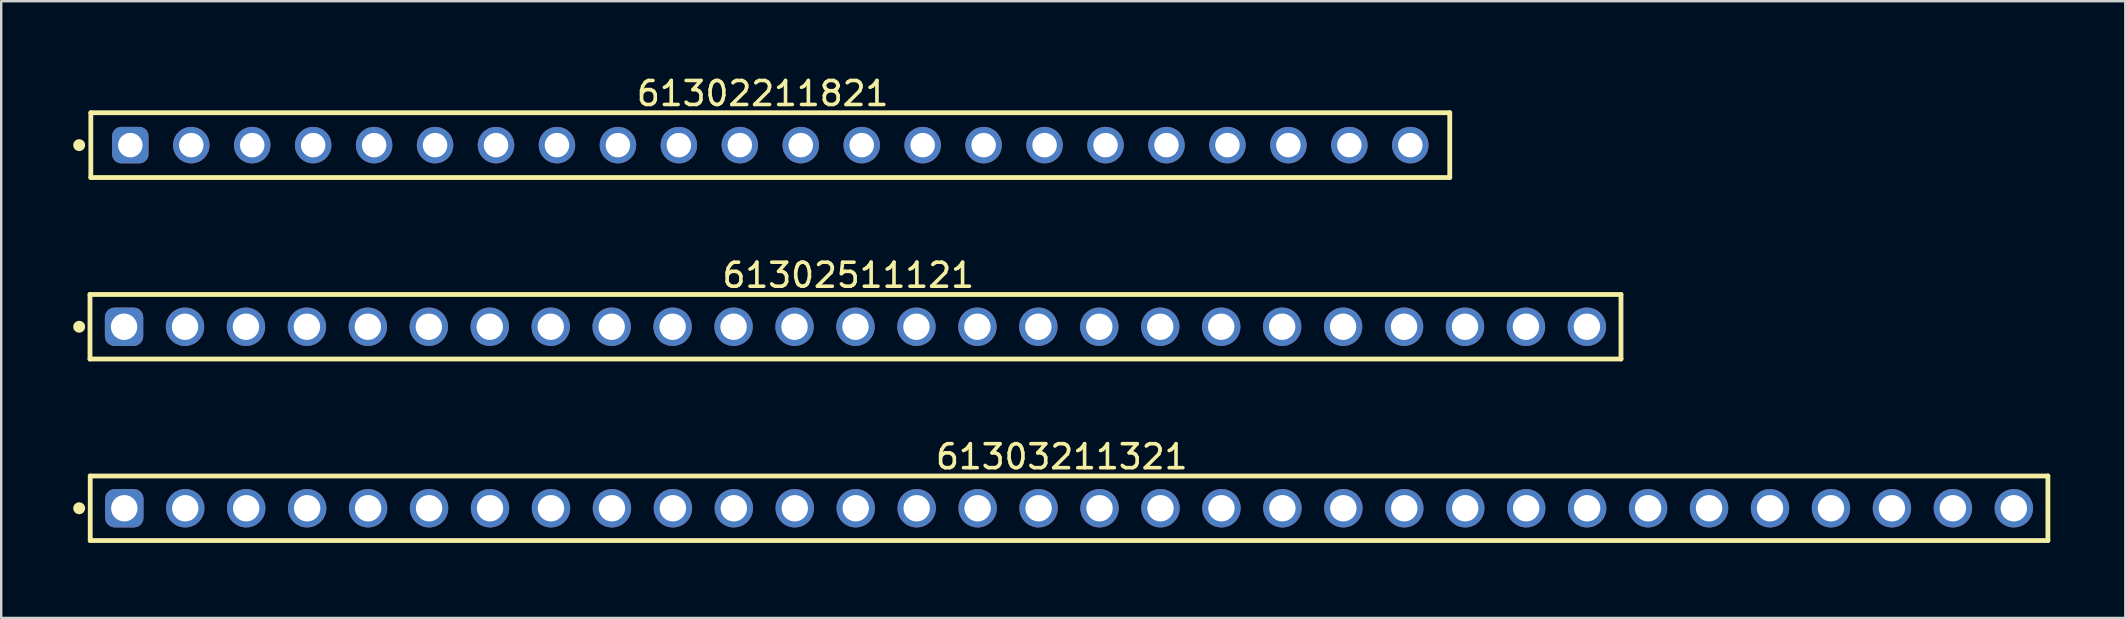
<source format=kicad_pcb>
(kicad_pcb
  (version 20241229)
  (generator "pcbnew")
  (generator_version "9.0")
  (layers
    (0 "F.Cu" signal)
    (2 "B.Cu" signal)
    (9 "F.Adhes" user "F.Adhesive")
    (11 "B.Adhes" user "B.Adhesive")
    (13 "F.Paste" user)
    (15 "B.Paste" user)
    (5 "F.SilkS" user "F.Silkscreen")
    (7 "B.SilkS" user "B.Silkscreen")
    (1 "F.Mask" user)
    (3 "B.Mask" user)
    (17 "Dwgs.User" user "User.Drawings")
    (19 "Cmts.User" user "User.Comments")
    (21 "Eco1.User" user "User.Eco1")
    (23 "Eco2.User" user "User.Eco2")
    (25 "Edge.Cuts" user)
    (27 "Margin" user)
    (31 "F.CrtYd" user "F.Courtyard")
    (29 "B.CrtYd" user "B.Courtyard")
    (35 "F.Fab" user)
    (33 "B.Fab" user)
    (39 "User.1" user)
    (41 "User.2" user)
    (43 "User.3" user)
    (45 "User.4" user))
  (footprint "61302211821"
    (layer "F.Cu")
    (at 29.05 2.998)
    (property "Reference" "61302211821" (at -0.318 -2.15 0) (layer "F.SilkS") (effects (font (size 1 1) (thickness 0.15))))
    (fp_line (start -28.315 -1.35) (end 28.315 -1.35) (stroke (width 0.2) (type solid)) (layer "F.SilkS"))
    (fp_line (start -28.315 1.35) (end -28.315 -1.35) (stroke (width 0.2) (type solid)) (layer "F.SilkS"))
    (fp_line (start -28.315 1.35) (end 28.315 1.35) (stroke (width 0.2) (type solid)) (layer "F.SilkS"))
    (fp_line (start 28.315 1.35) (end 28.315 -1.35) (stroke (width 0.2) (type solid)) (layer "F.SilkS"))
    (fp_circle (center -28.8 0) (end -28.8 -0.125) (stroke (width 0.25) (type solid)) (fill no) (layer "F.SilkS"))
    (fp_line (start -28.515 -1.55) (end 28.515 -1.55) (stroke (width 0.05) (type solid)) (layer "Eco2.User"))
    (fp_line (start -28.515 1.55) (end -28.515 -1.55) (stroke (width 0.05) (type solid)) (layer "Eco2.User"))
    (fp_line (start -28.515 1.55) (end 28.515 1.55) (stroke (width 0.05) (type solid)) (layer "Eco2.User"))
    (fp_line (start -28.19 -1.25) (end 28.19 -1.25) (stroke (width 0.1) (type solid)) (layer "Eco2.User"))
    (fp_line (start -28.19 1.25) (end -28.19 -1.25) (stroke (width 0.1) (type solid)) (layer "Eco2.User"))
    (fp_line (start -28.19 1.25) (end 28.19 1.25) (stroke (width 0.1) (type solid)) (layer "Eco2.User"))
    (fp_line (start -0.5 0) (end 0.5 0) (stroke (width 0.05) (type solid)) (layer "Eco2.User"))
    (fp_line (start 0 0.5) (end 0 -0.5) (stroke (width 0.05) (type solid)) (layer "Eco2.User"))
    (fp_line (start 28.19 1.25) (end 28.19 -1.25) (stroke (width 0.1) (type solid)) (layer "Eco2.User"))
    (fp_line (start 28.515 1.55) (end 28.515 -1.55) (stroke (width 0.05) (type solid)) (layer "Eco2.User"))
    (fp_text user "${REFERENCE}" (at 0.15 -0.197 0) (unlocked yes) (layer "User.3") (effects (font (size 1.5 1.5) (thickness 0.15))))
    (pad "1" thru_hole roundrect (at -26.67 0) (size 1.52 1.52) (drill 1.02) (layers "*.Cu" "*.Mask") (roundrect_rratio 0.25))
    (pad "2" thru_hole circle (at -24.13 0) (size 1.52 1.52) (drill 1.02) (layers "*.Cu" "*.Mask"))
    (pad "3" thru_hole circle (at -21.59 0) (size 1.52 1.52) (drill 1.02) (layers "*.Cu" "*.Mask"))
    (pad "4" thru_hole circle (at -19.05 0) (size 1.52 1.52) (drill 1.02) (layers "*.Cu" "*.Mask"))
    (pad "5" thru_hole circle (at -16.51 0) (size 1.52 1.52) (drill 1.02) (layers "*.Cu" "*.Mask"))
    (pad "6" thru_hole circle (at -13.97 0) (size 1.52 1.52) (drill 1.02) (layers "*.Cu" "*.Mask"))
    (pad "7" thru_hole circle (at -11.43 0) (size 1.52 1.52) (drill 1.02) (layers "*.Cu" "*.Mask"))
    (pad "8" thru_hole circle (at -8.89 0) (size 1.52 1.52) (drill 1.02) (layers "*.Cu" "*.Mask"))
    (pad "9" thru_hole circle (at -6.35 0) (size 1.52 1.52) (drill 1.02) (layers "*.Cu" "*.Mask"))
    (pad "10" thru_hole circle (at -3.81 0) (size 1.52 1.52) (drill 1.02) (layers "*.Cu" "*.Mask"))
    (pad "11" thru_hole circle (at -1.27 0) (size 1.52 1.52) (drill 1.02) (layers "*.Cu" "*.Mask"))
    (pad "12" thru_hole circle (at 1.27 0) (size 1.52 1.52) (drill 1.02) (layers "*.Cu" "*.Mask"))
    (pad "13" thru_hole circle (at 3.81 0) (size 1.52 1.52) (drill 1.02) (layers "*.Cu" "*.Mask"))
    (pad "14" thru_hole circle (at 6.35 0) (size 1.52 1.52) (drill 1.02) (layers "*.Cu" "*.Mask"))
    (pad "15" thru_hole circle (at 8.89 0) (size 1.52 1.52) (drill 1.02) (layers "*.Cu" "*.Mask"))
    (pad "16" thru_hole circle (at 11.43 0) (size 1.52 1.52) (drill 1.02) (layers "*.Cu" "*.Mask"))
    (pad "17" thru_hole circle (at 13.97 0) (size 1.52 1.52) (drill 1.02) (layers "*.Cu" "*.Mask"))
    (pad "18" thru_hole circle (at 16.51 0) (size 1.52 1.52) (drill 1.02) (layers "*.Cu" "*.Mask"))
    (pad "19" thru_hole circle (at 19.05 0) (size 1.52 1.52) (drill 1.02) (layers "*.Cu" "*.Mask"))
    (pad "20" thru_hole circle (at 21.59 0) (size 1.52 1.52) (drill 1.02) (layers "*.Cu" "*.Mask"))
    (pad "21" thru_hole circle (at 24.13 0) (size 1.52 1.52) (drill 1.02) (layers "*.Cu" "*.Mask"))
    (pad "22" thru_hole circle (at 26.67 0) (size 1.52 1.52) (drill 1.02) (layers "*.Cu" "*.Mask")))
  (footprint "61302511121"
    (layer "F.Cu")
    (at 32.6 10.566)
    (property "Reference" "61302511121" (at -0.3 -2.145 0) (layer "F.SilkS") (effects (font (size 1 1) (thickness 0.15))))
    (fp_line (start -31.9 -1.345) (end 31.9 -1.345) (stroke (width 0.2) (type solid)) (layer "F.SilkS"))
    (fp_line (start -31.9 1.345) (end -31.9 -1.345) (stroke (width 0.2) (type solid)) (layer "F.SilkS"))
    (fp_line (start -31.9 1.345) (end 31.9 1.345) (stroke (width 0.2) (type solid)) (layer "F.SilkS"))
    (fp_line (start 31.9 1.345) (end 31.9 -1.345) (stroke (width 0.2) (type solid)) (layer "F.SilkS"))
    (fp_circle (center -32.35 0) (end -32.35 -0.125) (stroke (width 0.25) (type solid)) (fill no) (layer "F.SilkS"))
    (fp_line (start -32.1 -1.545) (end 32.1 -1.545) (stroke (width 0.05) (type solid)) (layer "Eco2.User"))
    (fp_line (start -32.1 1.545) (end -32.1 -1.545) (stroke (width 0.05) (type solid)) (layer "Eco2.User"))
    (fp_line (start -32.1 1.545) (end 32.1 1.545) (stroke (width 0.05) (type solid)) (layer "Eco2.User"))
    (fp_line (start -31.75 -1.27) (end 31.75 -1.27) (stroke (width 0.1) (type solid)) (layer "Eco2.User"))
    (fp_line (start -31.75 1.27) (end -31.75 -1.27) (stroke (width 0.1) (type solid)) (layer "Eco2.User"))
    (fp_line (start -31.75 1.27) (end 31.75 1.27) (stroke (width 0.1) (type solid)) (layer "Eco2.User"))
    (fp_line (start -0.5 0) (end 0.5 0) (stroke (width 0.05) (type solid)) (layer "Eco2.User"))
    (fp_line (start 0 0.5) (end 0 -0.5) (stroke (width 0.05) (type solid)) (layer "Eco2.User"))
    (fp_line (start 31.75 1.27) (end 31.75 -1.27) (stroke (width 0.1) (type solid)) (layer "Eco2.User"))
    (fp_line (start 32.1 1.545) (end 32.1 -1.545) (stroke (width 0.05) (type solid)) (layer "Eco2.User"))
    (fp_text user "${REFERENCE}" (at 0.15 -0.197 0) (unlocked yes) (layer "User.3") (effects (font (size 1.5 1.5) (thickness 0.15))))
    (pad "1" thru_hole roundrect (at -30.48 0) (size 1.6 1.6) (drill 1.1) (layers "*.Cu" "*.Mask") (roundrect_rratio 0.25))
    (pad "2" thru_hole circle (at -27.94 0) (size 1.6 1.6) (drill 1.1) (layers "*.Cu" "*.Mask"))
    (pad "3" thru_hole circle (at -25.4 0) (size 1.6 1.6) (drill 1.1) (layers "*.Cu" "*.Mask"))
    (pad "4" thru_hole circle (at -22.86 0) (size 1.6 1.6) (drill 1.1) (layers "*.Cu" "*.Mask"))
    (pad "5" thru_hole circle (at -20.32 0) (size 1.6 1.6) (drill 1.1) (layers "*.Cu" "*.Mask"))
    (pad "6" thru_hole circle (at -17.78 0) (size 1.6 1.6) (drill 1.1) (layers "*.Cu" "*.Mask"))
    (pad "7" thru_hole circle (at -15.24 0) (size 1.6 1.6) (drill 1.1) (layers "*.Cu" "*.Mask"))
    (pad "8" thru_hole circle (at -12.7 0) (size 1.6 1.6) (drill 1.1) (layers "*.Cu" "*.Mask"))
    (pad "9" thru_hole circle (at -10.16 0) (size 1.6 1.6) (drill 1.1) (layers "*.Cu" "*.Mask"))
    (pad "10" thru_hole circle (at -7.62 0) (size 1.6 1.6) (drill 1.1) (layers "*.Cu" "*.Mask"))
    (pad "11" thru_hole circle (at -5.08 0) (size 1.6 1.6) (drill 1.1) (layers "*.Cu" "*.Mask"))
    (pad "12" thru_hole circle (at -2.54 0) (size 1.6 1.6) (drill 1.1) (layers "*.Cu" "*.Mask"))
    (pad "13" thru_hole circle (at 0 0) (size 1.6 1.6) (drill 1.1) (layers "*.Cu" "*.Mask"))
    (pad "14" thru_hole circle (at 2.54 0) (size 1.6 1.6) (drill 1.1) (layers "*.Cu" "*.Mask"))
    (pad "15" thru_hole circle (at 5.08 0) (size 1.6 1.6) (drill 1.1) (layers "*.Cu" "*.Mask"))
    (pad "16" thru_hole circle (at 7.62 0) (size 1.6 1.6) (drill 1.1) (layers "*.Cu" "*.Mask"))
    (pad "17" thru_hole circle (at 10.16 0) (size 1.6 1.6) (drill 1.1) (layers "*.Cu" "*.Mask"))
    (pad "18" thru_hole circle (at 12.7 0) (size 1.6 1.6) (drill 1.1) (layers "*.Cu" "*.Mask"))
    (pad "19" thru_hole circle (at 15.24 0) (size 1.6 1.6) (drill 1.1) (layers "*.Cu" "*.Mask"))
    (pad "20" thru_hole circle (at 17.78 0) (size 1.6 1.6) (drill 1.1) (layers "*.Cu" "*.Mask"))
    (pad "21" thru_hole circle (at 20.32 0) (size 1.6 1.6) (drill 1.1) (layers "*.Cu" "*.Mask"))
    (pad "22" thru_hole circle (at 22.86 0) (size 1.6 1.6) (drill 1.1) (layers "*.Cu" "*.Mask"))
    (pad "23" thru_hole circle (at 25.4 0) (size 1.6 1.6) (drill 1.1) (layers "*.Cu" "*.Mask"))
    (pad "24" thru_hole circle (at 27.94 0) (size 1.6 1.6) (drill 1.1) (layers "*.Cu" "*.Mask"))
    (pad "25" thru_hole circle (at 30.48 0) (size 1.6 1.6) (drill 1.1) (layers "*.Cu" "*.Mask")))
  (footprint "61303211321"
    (layer "F.Cu")
    (at 41.5 18.13)
    (property "Reference" "61303211321" (at -0.305 -2.145 0) (layer "F.SilkS") (effects (font (size 1 1) (thickness 0.15))))
    (fp_line (start -40.79 -1.345) (end 40.79 -1.345) (stroke (width 0.2) (type solid)) (layer "F.SilkS"))
    (fp_line (start -40.79 1.345) (end -40.79 -1.345) (stroke (width 0.2) (type solid)) (layer "F.SilkS"))
    (fp_line (start -40.79 1.345) (end 40.79 1.345) (stroke (width 0.2) (type solid)) (layer "F.SilkS"))
    (fp_line (start 40.79 1.345) (end 40.79 -1.345) (stroke (width 0.2) (type solid)) (layer "F.SilkS"))
    (fp_circle (center -41.25 0) (end -41.25 -0.125) (stroke (width 0.25) (type solid)) (fill no) (layer "F.SilkS"))
    (fp_line (start -40.99 -1.545) (end 40.99 -1.545) (stroke (width 0.05) (type solid)) (layer "Eco2.User"))
    (fp_line (start -40.99 1.545) (end -40.99 -1.545) (stroke (width 0.05) (type solid)) (layer "Eco2.User"))
    (fp_line (start -40.99 1.545) (end 40.99 1.545) (stroke (width 0.05) (type solid)) (layer "Eco2.User"))
    (fp_line (start -40.64 -1.27) (end 40.64 -1.27) (stroke (width 0.1) (type solid)) (layer "Eco2.User"))
    (fp_line (start -40.64 1.27) (end -40.64 -1.27) (stroke (width 0.1) (type solid)) (layer "Eco2.User"))
    (fp_line (start -40.64 1.27) (end 40.64 1.27) (stroke (width 0.1) (type solid)) (layer "Eco2.User"))
    (fp_line (start -0.5 0) (end 0.5 0) (stroke (width 0.05) (type solid)) (layer "Eco2.User"))
    (fp_line (start 0 0.5) (end 0 -0.5) (stroke (width 0.05) (type solid)) (layer "Eco2.User"))
    (fp_line (start 40.64 1.27) (end 40.64 -1.27) (stroke (width 0.1) (type solid)) (layer "Eco2.User"))
    (fp_line (start 40.99 1.545) (end 40.99 -1.545) (stroke (width 0.05) (type solid)) (layer "Eco2.User"))
    (fp_text user "${REFERENCE}" (at 0.15 -0.197 0) (unlocked yes) (layer "User.3") (effects (font (size 1.5 1.5) (thickness 0.15))))
    (pad "1" thru_hole roundrect (at -39.37 0) (size 1.6 1.6) (drill 1.1) (layers "*.Cu" "*.Mask") (roundrect_rratio 0.25))
    (pad "2" thru_hole circle (at -36.83 0) (size 1.6 1.6) (drill 1.1) (layers "*.Cu" "*.Mask"))
    (pad "3" thru_hole circle (at -34.29 0) (size 1.6 1.6) (drill 1.1) (layers "*.Cu" "*.Mask"))
    (pad "4" thru_hole circle (at -31.75 0) (size 1.6 1.6) (drill 1.1) (layers "*.Cu" "*.Mask"))
    (pad "5" thru_hole circle (at -29.21 0) (size 1.6 1.6) (drill 1.1) (layers "*.Cu" "*.Mask"))
    (pad "6" thru_hole circle (at -26.67 0) (size 1.6 1.6) (drill 1.1) (layers "*.Cu" "*.Mask"))
    (pad "7" thru_hole circle (at -24.13 0) (size 1.6 1.6) (drill 1.1) (layers "*.Cu" "*.Mask"))
    (pad "8" thru_hole circle (at -21.59 0) (size 1.6 1.6) (drill 1.1) (layers "*.Cu" "*.Mask"))
    (pad "9" thru_hole circle (at -19.05 0) (size 1.6 1.6) (drill 1.1) (layers "*.Cu" "*.Mask"))
    (pad "10" thru_hole circle (at -16.51 0) (size 1.6 1.6) (drill 1.1) (layers "*.Cu" "*.Mask"))
    (pad "11" thru_hole circle (at -13.97 0) (size 1.6 1.6) (drill 1.1) (layers "*.Cu" "*.Mask"))
    (pad "12" thru_hole circle (at -11.43 0) (size 1.6 1.6) (drill 1.1) (layers "*.Cu" "*.Mask"))
    (pad "13" thru_hole circle (at -8.89 0) (size 1.6 1.6) (drill 1.1) (layers "*.Cu" "*.Mask"))
    (pad "14" thru_hole circle (at -6.35 0) (size 1.6 1.6) (drill 1.1) (layers "*.Cu" "*.Mask"))
    (pad "15" thru_hole circle (at -3.81 0) (size 1.6 1.6) (drill 1.1) (layers "*.Cu" "*.Mask"))
    (pad "16" thru_hole circle (at -1.27 0) (size 1.6 1.6) (drill 1.1) (layers "*.Cu" "*.Mask"))
    (pad "17" thru_hole circle (at 1.27 0) (size 1.6 1.6) (drill 1.1) (layers "*.Cu" "*.Mask"))
    (pad "18" thru_hole circle (at 3.81 0) (size 1.6 1.6) (drill 1.1) (layers "*.Cu" "*.Mask"))
    (pad "19" thru_hole circle (at 6.35 0) (size 1.6 1.6) (drill 1.1) (layers "*.Cu" "*.Mask"))
    (pad "20" thru_hole circle (at 8.89 0) (size 1.6 1.6) (drill 1.1) (layers "*.Cu" "*.Mask"))
    (pad "21" thru_hole circle (at 11.43 0) (size 1.6 1.6) (drill 1.1) (layers "*.Cu" "*.Mask"))
    (pad "22" thru_hole circle (at 13.97 0) (size 1.6 1.6) (drill 1.1) (layers "*.Cu" "*.Mask"))
    (pad "23" thru_hole circle (at 16.51 0) (size 1.6 1.6) (drill 1.1) (layers "*.Cu" "*.Mask"))
    (pad "24" thru_hole circle (at 19.05 0) (size 1.6 1.6) (drill 1.1) (layers "*.Cu" "*.Mask"))
    (pad "25" thru_hole circle (at 21.59 0) (size 1.6 1.6) (drill 1.1) (layers "*.Cu" "*.Mask"))
    (pad "26" thru_hole circle (at 24.13 0) (size 1.6 1.6) (drill 1.1) (layers "*.Cu" "*.Mask"))
    (pad "27" thru_hole circle (at 26.67 0) (size 1.6 1.6) (drill 1.1) (layers "*.Cu" "*.Mask"))
    (pad "28" thru_hole circle (at 29.21 0) (size 1.6 1.6) (drill 1.1) (layers "*.Cu" "*.Mask"))
    (pad "29" thru_hole circle (at 31.75 0) (size 1.6 1.6) (drill 1.1) (layers "*.Cu" "*.Mask"))
    (pad "30" thru_hole circle (at 34.29 0) (size 1.6 1.6) (drill 1.1) (layers "*.Cu" "*.Mask"))
    (pad "31" thru_hole circle (at 36.83 0) (size 1.6 1.6) (drill 1.1) (layers "*.Cu" "*.Mask"))
    (pad "32" thru_hole circle (at 39.37 0) (size 1.6 1.6) (drill 1.1) (layers "*.Cu" "*.Mask")))
  (gr_rect
    (start -3 -3)
    (end 85.515 22.7)
    (stroke (width 0.1) (type default))
    (fill no)
    (layer "Edge.Cuts")))
</source>
